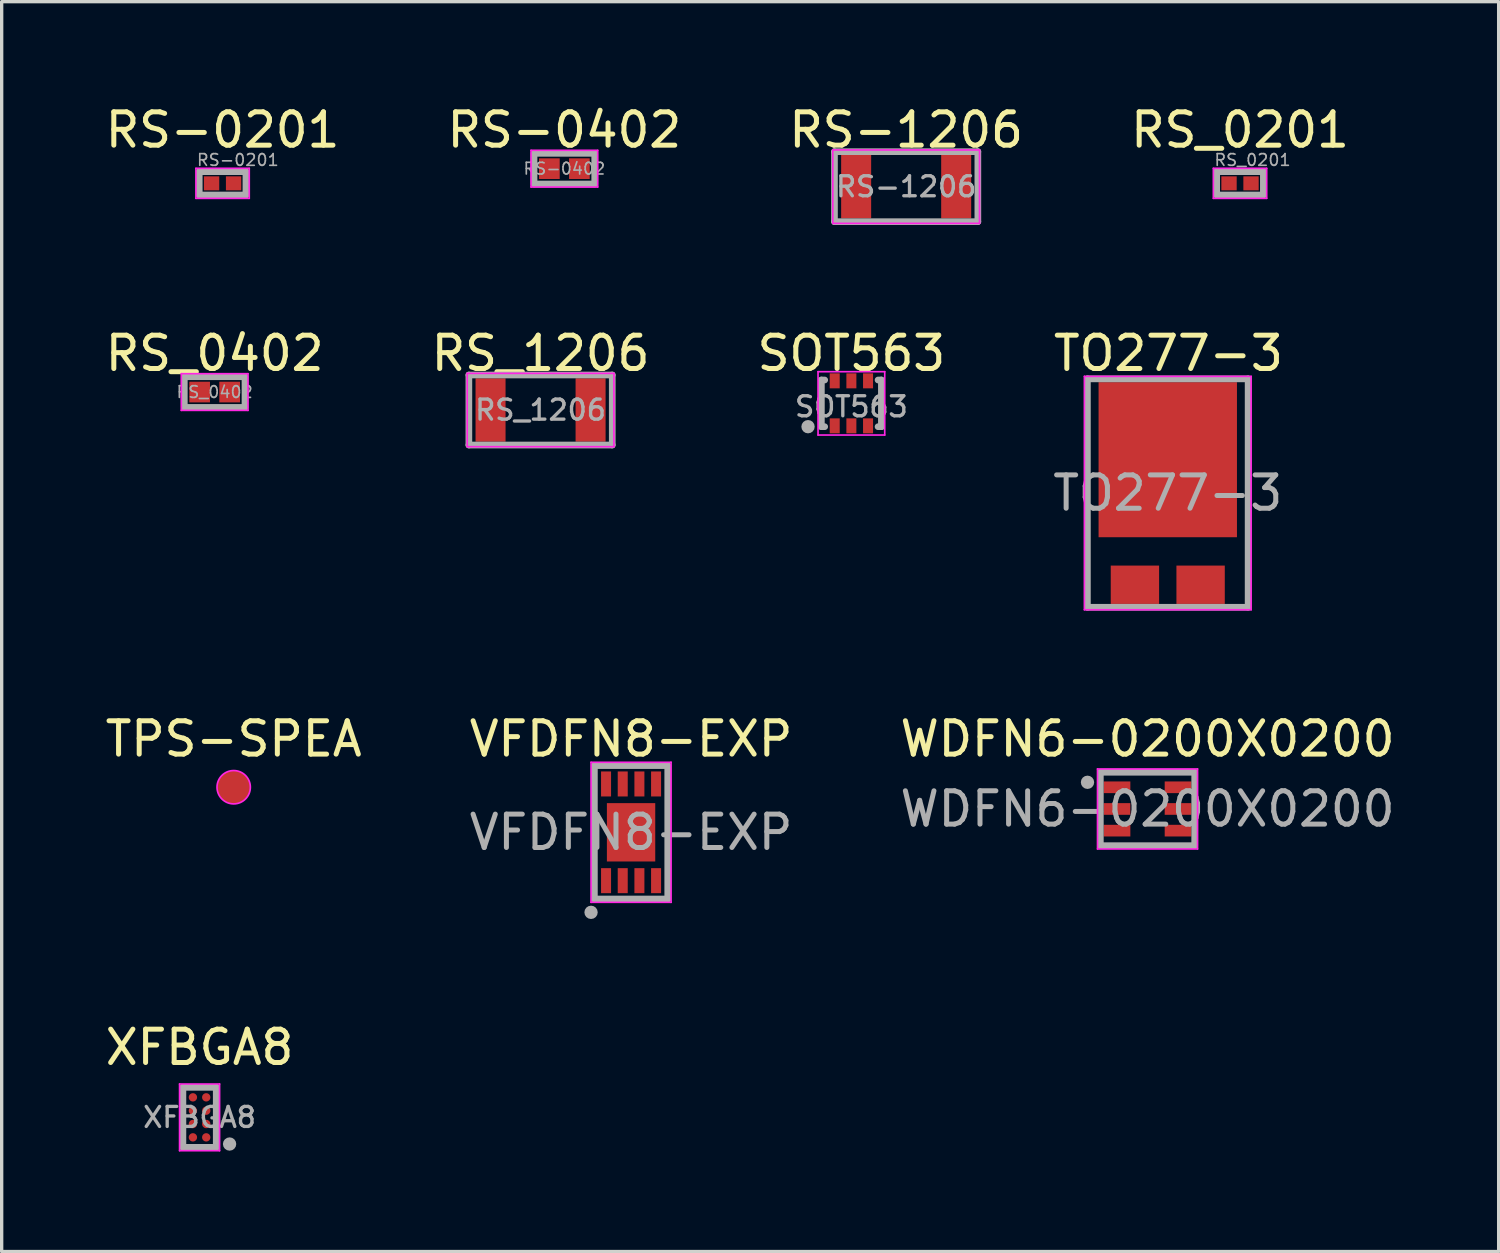
<source format=kicad_pcb>
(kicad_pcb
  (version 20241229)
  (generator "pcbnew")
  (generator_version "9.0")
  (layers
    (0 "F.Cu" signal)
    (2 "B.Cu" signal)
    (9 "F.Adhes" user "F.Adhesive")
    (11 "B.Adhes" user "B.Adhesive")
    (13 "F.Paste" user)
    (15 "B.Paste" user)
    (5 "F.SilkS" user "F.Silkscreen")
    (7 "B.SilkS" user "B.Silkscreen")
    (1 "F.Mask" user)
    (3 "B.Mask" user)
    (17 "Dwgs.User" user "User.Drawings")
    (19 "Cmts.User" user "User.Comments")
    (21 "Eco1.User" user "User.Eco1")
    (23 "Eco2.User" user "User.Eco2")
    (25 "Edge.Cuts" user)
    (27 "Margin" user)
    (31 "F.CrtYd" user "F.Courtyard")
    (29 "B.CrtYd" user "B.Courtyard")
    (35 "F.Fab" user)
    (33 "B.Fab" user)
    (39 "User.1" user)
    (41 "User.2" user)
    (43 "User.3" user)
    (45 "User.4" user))
  (footprint "RS-1206"
    (layer "F.Cu")
    (at 24.125 2.548)
    (property "Reference" "RS-1206" (at 0 -1.7 0) (layer "F.SilkS") (effects (font (size 1 1) (thickness 0.15))))
    (attr smd)
    (fp_line (start -2.2 -1.1) (end 2.2 -1.1) (stroke (width 0.05) (type solid)) (layer "F.CrtYd"))
    (fp_line (start -2.2 1.1) (end -2.2 -1.1) (stroke (width 0.05) (type solid)) (layer "F.CrtYd"))
    (fp_line (start 2.2 -1.1) (end 2.2 1.1) (stroke (width 0.05) (type solid)) (layer "F.CrtYd"))
    (fp_line (start 2.2 1.1) (end -2.2 1.1) (stroke (width 0.05) (type solid)) (layer "F.CrtYd"))
    (fp_line (start -2.15 -1.05) (end 2.15 -1.05) (stroke (width 0.2) (type solid)) (layer "F.Fab"))
    (fp_line (start -2.15 1.05) (end -2.15 -1.05) (stroke (width 0.2) (type solid)) (layer "F.Fab"))
    (fp_line (start 2.15 -1.05) (end 2.15 1.05) (stroke (width 0.2) (type solid)) (layer "F.Fab"))
    (fp_line (start 2.15 1.05) (end -2.15 1.05) (stroke (width 0.2) (type solid)) (layer "F.Fab"))
    (fp_text user "${REFERENCE}" (at 0 0 0) (layer "F.Fab") (effects (font (size 0.6 0.6) (thickness 0.1) (bold yes))))
    (pad "1" smd rect (at -1.5 0) (size 0.9 1.9) (layers "F.Cu" "F.Mask" "F.Paste"))
    (pad "2" smd rect (at 1.5 0) (size 0.9 1.9) (layers "F.Cu" "F.Mask" "F.Paste")))
  (footprint "TO277-3"
    (layer "F.Cu")
    (at 31.97 11.736)
    (property "Reference" "TO277-3" (at 0.02 -4.19 180) (layer "F.SilkS") (effects (font (size 1 1) (thickness 0.15))))
    (attr smd)
    (fp_line (start -2.5 -3.5) (end -2.5 3.5) (stroke (width 0.05) (type solid)) (layer "F.CrtYd"))
    (fp_line (start -2.5 -3.5) (end 2.5 -3.5) (stroke (width 0.05) (type solid)) (layer "F.CrtYd"))
    (fp_line (start 2.5 3.5) (end -2.5 3.5) (stroke (width 0.05) (type solid)) (layer "F.CrtYd"))
    (fp_line (start 2.5 3.5) (end 2.5 -3.5) (stroke (width 0.05) (type solid)) (layer "F.CrtYd"))
    (fp_line (start -2.41 -3.425) (end -2.41 3.425) (stroke (width 0.2) (type solid)) (layer "F.Fab"))
    (fp_line (start 2.41 -3.425) (end -2.41 -3.425) (stroke (width 0.2) (type solid)) (layer "F.Fab"))
    (fp_line (start 2.41 3.425) (end -2.41 3.425) (stroke (width 0.2) (type solid)) (layer "F.Fab"))
    (fp_line (start 2.41 3.425) (end 2.41 -3.425) (stroke (width 0.2) (type solid)) (layer "F.Fab"))
    (fp_text user "${REFERENCE}" (at 0 0 0) (layer "F.Fab") (effects (font (size 1 1) (thickness 0.15))))
    (pad "" smd rect (at -1.175 -2.325 180) (size 1.8 2) (layers "F.Paste"))
    (pad "" smd rect (at -1.175 0.325 180) (size 1.8 2) (layers "F.Paste"))
    (pad "" smd rect (at 1.175 -2.325 180) (size 1.8 2) (layers "F.Paste"))
    (pad "" smd rect (at 1.175 0.325 180) (size 1.8 2) (layers "F.Paste"))
    (pad "1" smd rect (at 0.985 2.75 180) (size 1.45 1.15) (layers "F.Cu" "F.Mask" "F.Paste"))
    (pad "2" smd rect (at -0.985 2.75 180) (size 1.45 1.15) (layers "F.Cu" "F.Mask" "F.Paste"))
    (pad "3" smd rect (at 0 -1 180) (size 4.15 4.65) (layers "F.Cu" "F.Mask")))
  (footprint "RS_0201"
    (layer "F.Cu")
    (at 34.137 2.448)
    (property "Reference" "RS_0201" (at 0 -1.6 0) (layer "F.SilkS") (effects (font (size 1 1) (thickness 0.15))))
    (attr smd)
    (fp_line (start -0.8 -0.45) (end 0.8 -0.45) (stroke (width 0.05) (type solid)) (layer "F.CrtYd"))
    (fp_line (start -0.8 0.45) (end -0.8 -0.45) (stroke (width 0.05) (type solid)) (layer "F.CrtYd"))
    (fp_line (start 0.8 -0.45) (end 0.8 0.45) (stroke (width 0.05) (type solid)) (layer "F.CrtYd"))
    (fp_line (start 0.8 0.45) (end -0.8 0.45) (stroke (width 0.05) (type solid)) (layer "F.CrtYd"))
    (fp_line (start -0.7 -0.35) (end 0.7 -0.35) (stroke (width 0.2) (type solid)) (layer "F.Fab"))
    (fp_line (start -0.7 0.35) (end -0.7 -0.35) (stroke (width 0.2) (type solid)) (layer "F.Fab"))
    (fp_line (start 0.7 -0.35) (end 0.7 0.35) (stroke (width 0.2) (type solid)) (layer "F.Fab"))
    (fp_line (start 0.7 0.35) (end -0.7 0.35) (stroke (width 0.2) (type solid)) (layer "F.Fab"))
    (fp_text user "${REFERENCE}" (at -0.8 -0.7 0) (layer "F.Fab") (effects (font (size 0.35 0.35) (thickness 0.05)) (justify left)))
    (pad "1" smd rect (at -0.33 0) (size 0.46 0.42) (layers "F.Cu" "F.Mask" "F.Paste"))
    (pad "2" smd rect (at 0.33 0) (size 0.46 0.42) (layers "F.Cu" "F.Mask" "F.Paste")))
  (footprint "XFBGA8"
    (layer "F.Cu")
    (at 2.935 30.458)
    (property "Reference" "XFBGA8" (at 0 -2.1 180) (layer "F.SilkS") (effects (font (size 1 1) (thickness 0.15))))
    (attr smd)
    (fp_line (start -0.6 -1) (end -0.6 1) (stroke (width 0.05) (type solid)) (layer "F.CrtYd"))
    (fp_line (start -0.6 -1) (end 0.6 -1) (stroke (width 0.05) (type solid)) (layer "F.CrtYd"))
    (fp_line (start 0.6 1) (end -0.6 1) (stroke (width 0.05) (type solid)) (layer "F.CrtYd"))
    (fp_line (start 0.6 1) (end 0.6 -1) (stroke (width 0.05) (type solid)) (layer "F.CrtYd"))
    (fp_line (start -0.5 -0.9) (end -0.5 0.9) (stroke (width 0.2) (type solid)) (layer "F.Fab"))
    (fp_line (start 0.5 -0.9) (end -0.5 -0.9) (stroke (width 0.2) (type solid)) (layer "F.Fab"))
    (fp_line (start 0.5 0.9) (end -0.5 0.9) (stroke (width 0.2) (type solid)) (layer "F.Fab"))
    (fp_line (start 0.5 0.9) (end 0.5 -0.9) (stroke (width 0.2) (type solid)) (layer "F.Fab"))
    (fp_circle (center 0.9 0.8) (end 1 0.8) (stroke (width 0.2) (type solid)) (fill no) (layer "F.Fab"))
    (fp_text user "${REFERENCE}" (at 0 0 0) (layer "F.Fab") (effects (font (size 0.6 0.6) (thickness 0.1) (bold yes))))
    (pad "A1" smd circle (at 0.2 0.6) (size 0.25 0.25) (layers "F.Cu" "F.Mask" "F.Paste"))
    (pad "A2" smd circle (at -0.2 0.6) (size 0.25 0.25) (layers "F.Cu" "F.Mask" "F.Paste"))
    (pad "B1" smd circle (at 0.2 0.2) (size 0.25 0.25) (layers "F.Cu" "F.Mask" "F.Paste"))
    (pad "B2" smd circle (at -0.2 0.2) (size 0.25 0.25) (layers "F.Cu" "F.Mask" "F.Paste"))
    (pad "C1" smd circle (at 0.2 -0.2) (size 0.25 0.25) (layers "F.Cu" "F.Mask" "F.Paste"))
    (pad "C2" smd circle (at -0.2 -0.2) (size 0.25 0.25) (layers "F.Cu" "F.Mask" "F.Paste"))
    (pad "D1" smd circle (at 0.2 -0.6) (size 0.25 0.25) (layers "F.Cu" "F.Mask" "F.Paste"))
    (pad "D2" smd circle (at -0.2 -0.6) (size 0.25 0.25) (layers "F.Cu" "F.Mask" "F.Paste")))
  (footprint "SOT563"
    (layer "F.Cu")
    (at 22.482 9.046)
    (property "Reference" "SOT563" (at 0 -1.5 0) (layer "F.SilkS") (effects (font (size 1 1) (thickness 0.15))))
    (attr smd)
    (fp_line (start -1 -0.95) (end 1 -0.95) (stroke (width 0.05) (type solid)) (layer "F.CrtYd"))
    (fp_line (start -1 0.95) (end -1 -0.95) (stroke (width 0.05) (type solid)) (layer "F.CrtYd"))
    (fp_line (start 1 -0.95) (end 1 0.95) (stroke (width 0.05) (type solid)) (layer "F.CrtYd"))
    (fp_line (start 1 0.95) (end -1 0.95) (stroke (width 0.05) (type solid)) (layer "F.CrtYd"))
    (fp_line (start -0.9 0.7) (end -0.9 -0.7) (stroke (width 0.2) (type solid)) (layer "F.Fab"))
    (fp_line (start -0.8 -0.7) (end -0.9 -0.7) (stroke (width 0.2) (type solid)) (layer "F.Fab"))
    (fp_line (start -0.8 0.7) (end -0.9 0.7) (stroke (width 0.2) (type solid)) (layer "F.Fab"))
    (fp_line (start 0.9 -0.7) (end 0.8 -0.7) (stroke (width 0.2) (type solid)) (layer "F.Fab"))
    (fp_line (start 0.9 -0.7) (end 0.9 0.7) (stroke (width 0.2) (type solid)) (layer "F.Fab"))
    (fp_line (start 0.9 0.7) (end 0.8 0.7) (stroke (width 0.2) (type solid)) (layer "F.Fab"))
    (fp_circle (center -1.3 0.7) (end -1.2 0.7) (stroke (width 0.2) (type solid)) (fill no) (layer "F.Fab"))
    (fp_text user "${REFERENCE}" (at 0 0.1 0) (layer "F.Fab") (effects (font (size 0.6 0.6) (thickness 0.1) (bold yes))))
    (pad "1" smd rect (at -0.5 0.675) (size 0.3 0.45) (layers "F.Cu" "F.Mask" "F.Paste"))
    (pad "2" smd rect (at 0 0.675) (size 0.3 0.45) (layers "F.Cu" "F.Mask" "F.Paste"))
    (pad "3" smd rect (at 0.5 0.675) (size 0.3 0.45) (layers "F.Cu" "F.Mask" "F.Paste"))
    (pad "4" smd rect (at 0.5 -0.675) (size 0.3 0.45) (layers "F.Cu" "F.Mask" "F.Paste"))
    (pad "5" smd rect (at 0 -0.675) (size 0.3 0.45) (layers "F.Cu" "F.Mask" "F.Paste"))
    (pad "6" smd rect (at -0.5 -0.675) (size 0.3 0.45) (layers "F.Cu" "F.Mask" "F.Paste")))
  (footprint "VFDFN8-EXP"
    (layer "F.Cu")
    (at 15.875 21.91)
    (property "Reference" "VFDFN8-EXP" (at 0 -2.8 180) (layer "F.SilkS") (effects (font (size 1 1) (thickness 0.15))))
    (attr smd)
    (fp_line (start -1.2 -2.1) (end -1.2 2.1) (stroke (width 0.05) (type solid)) (layer "F.CrtYd"))
    (fp_line (start -1.2 -2.1) (end 1.2 -2.1) (stroke (width 0.05) (type solid)) (layer "F.CrtYd"))
    (fp_line (start 1.2 2.1) (end -1.2 2.1) (stroke (width 0.05) (type solid)) (layer "F.CrtYd"))
    (fp_line (start 1.2 2.1) (end 1.2 -2.1) (stroke (width 0.05) (type solid)) (layer "F.CrtYd"))
    (fp_line (start -1.1 -2) (end -1.1 2) (stroke (width 0.2) (type solid)) (layer "F.Fab"))
    (fp_line (start 1.1 -2) (end -1.1 -2) (stroke (width 0.2) (type solid)) (layer "F.Fab"))
    (fp_line (start 1.1 2) (end -1.1 2) (stroke (width 0.2) (type solid)) (layer "F.Fab"))
    (fp_line (start 1.1 2) (end 1.1 -2) (stroke (width 0.2) (type solid)) (layer "F.Fab"))
    (fp_circle (center -1.2 2.4) (end -1.1 2.4) (stroke (width 0.2) (type solid)) (fill no) (layer "F.Fab"))
    (fp_text user "${REFERENCE}" (at 0 0 0) (layer "F.Fab") (effects (font (size 1 1) (thickness 0.15))))
    (pad "" smd rect (at -0.45 -0.525 180) (size 0.55 0.7) (layers "F.Paste"))
    (pad "" smd rect (at -0.45 0.525 180) (size 0.55 0.7) (layers "F.Paste"))
    (pad "" smd rect (at 0.45 -0.525 180) (size 0.55 0.7) (layers "F.Paste"))
    (pad "" smd rect (at 0.45 0.525 180) (size 0.55 0.7) (layers "F.Paste"))
    (pad "1" smd rect (at -0.75 1.45 180) (size 0.3 0.75) (layers "F.Cu" "F.Mask" "F.Paste"))
    (pad "2" smd rect (at -0.25 1.45 180) (size 0.3 0.75) (layers "F.Cu" "F.Mask" "F.Paste"))
    (pad "3" smd rect (at 0.25 1.45 180) (size 0.3 0.75) (layers "F.Cu" "F.Mask" "F.Paste"))
    (pad "4" smd rect (at 0.75 1.45 180) (size 0.3 0.75) (layers "F.Cu" "F.Mask" "F.Paste"))
    (pad "5" smd rect (at 0.75 -1.45 180) (size 0.3 0.75) (layers "F.Cu" "F.Mask" "F.Paste"))
    (pad "6" smd rect (at 0.25 -1.45 180) (size 0.3 0.75) (layers "F.Cu" "F.Mask" "F.Paste"))
    (pad "7" smd rect (at -0.25 -1.45 180) (size 0.3 0.75) (layers "F.Cu" "F.Mask" "F.Paste"))
    (pad "8" smd rect (at -0.75 -1.45 180) (size 0.3 0.75) (layers "F.Cu" "F.Mask" "F.Paste"))
    (pad "9" smd rect (at 0 0) (size 1.45 1.75) (layers "F.Cu" "F.Mask")))
  (footprint "RS_1206"
    (layer "F.Cu")
    (at 13.161 9.246)
    (property "Reference" "RS_1206" (at 0 -1.7 0) (layer "F.SilkS") (effects (font (size 1 1) (thickness 0.15))))
    (attr smd)
    (fp_line (start -2.2 -1.1) (end 2.2 -1.1) (stroke (width 0.05) (type solid)) (layer "F.CrtYd"))
    (fp_line (start -2.2 1.1) (end -2.2 -1.1) (stroke (width 0.05) (type solid)) (layer "F.CrtYd"))
    (fp_line (start 2.2 -1.1) (end 2.2 1.1) (stroke (width 0.05) (type solid)) (layer "F.CrtYd"))
    (fp_line (start 2.2 1.1) (end -2.2 1.1) (stroke (width 0.05) (type solid)) (layer "F.CrtYd"))
    (fp_line (start -2.15 -1.05) (end 2.15 -1.05) (stroke (width 0.2) (type solid)) (layer "F.Fab"))
    (fp_line (start -2.15 1.05) (end -2.15 -1.05) (stroke (width 0.2) (type solid)) (layer "F.Fab"))
    (fp_line (start 2.15 -1.05) (end 2.15 1.05) (stroke (width 0.2) (type solid)) (layer "F.Fab"))
    (fp_line (start 2.15 1.05) (end -2.15 1.05) (stroke (width 0.2) (type solid)) (layer "F.Fab"))
    (fp_text user "${REFERENCE}" (at 0 0 0) (layer "F.Fab") (effects (font (size 0.6 0.6) (thickness 0.1) (bold yes))))
    (pad "1" smd rect (at -1.5 0) (size 0.9 1.9) (layers "F.Cu" "F.Mask" "F.Paste"))
    (pad "2" smd rect (at 1.5 0) (size 0.9 1.9) (layers "F.Cu" "F.Mask" "F.Paste")))
  (footprint "RS-0402"
    (layer "F.Cu")
    (at 13.875 2.008)
    (property "Reference" "RS-0402" (at 0 -1.16 0) (layer "F.SilkS") (effects (font (size 1 1) (thickness 0.15))))
    (attr smd)
    (fp_line (start -1 -0.55) (end 1 -0.55) (stroke (width 0.05) (type solid)) (layer "F.CrtYd"))
    (fp_line (start -1 0.55) (end -1 -0.55) (stroke (width 0.05) (type solid)) (layer "F.CrtYd"))
    (fp_line (start 1 -0.55) (end 1 0.55) (stroke (width 0.05) (type solid)) (layer "F.CrtYd"))
    (fp_line (start 1 0.55) (end -1 0.55) (stroke (width 0.05) (type solid)) (layer "F.CrtYd"))
    (fp_line (start -0.91 0.46) (end -0.91 -0.46) (stroke (width 0.2) (type solid)) (layer "F.Fab"))
    (fp_line (start -0.9 -0.46) (end 0.9 -0.46) (stroke (width 0.2) (type solid)) (layer "F.Fab"))
    (fp_line (start 0.9 0.46) (end -0.9 0.46) (stroke (width 0.2) (type solid)) (layer "F.Fab"))
    (fp_line (start 0.91 -0.46) (end 0.91 0.46) (stroke (width 0.2) (type solid)) (layer "F.Fab"))
    (fp_text user "${REFERENCE}" (at 0 0 0) (layer "F.Fab") (effects (font (size 0.35 0.35) (thickness 0.05))))
    (pad "1" smd rect (at -0.45 0) (size 0.62 0.62) (layers "F.Cu" "F.Mask" "F.Paste"))
    (pad "2" smd rect (at 0.45 0) (size 0.62 0.62) (layers "F.Cu" "F.Mask" "F.Paste"))
    (zone (net_name "") (layer "F.Cu") (hatch edge 0.5) (connect_pads) (min_thickness 0.25) (filled_areas_thickness no) (keepout (tracks allowed) (vias allowed) (pads allowed) (copperpour not_allowed) (footprints allowed)) (placement (enabled no)) (fill) (polygon (pts (xy 13.005 1.568) (xy 14.765 1.568) (xy 14.765 2.428) (xy 13.005 2.428)))))
  (footprint "TPS-SPEA"
    (layer "F.Cu")
    (at 3.958 20.558)
    (property "Reference" "TPS-SPEA" (at 0 -1.448 0) (layer "F.SilkS") (effects (font (size 1 1) (thickness 0.15))))
    (attr exclude_from_pos_files exclude_from_bom)
    (fp_circle (center 0 0) (end 0.5 0) (stroke (width 0.05) (type solid)) (fill no) (layer "F.CrtYd"))
    (pad "1" smd circle (at 0 0) (size 1 1) (layers "F.Cu" "F.Mask")))
  (footprint "RS-0201"
    (layer "F.Cu")
    (at 3.625 2.448)
    (property "Reference" "RS-0201" (at 0 -1.6 0) (layer "F.SilkS") (effects (font (size 1 1) (thickness 0.15))))
    (attr smd)
    (fp_line (start -0.8 -0.45) (end 0.8 -0.45) (stroke (width 0.05) (type solid)) (layer "F.CrtYd"))
    (fp_line (start -0.8 0.45) (end -0.8 -0.45) (stroke (width 0.05) (type solid)) (layer "F.CrtYd"))
    (fp_line (start 0.8 -0.45) (end 0.8 0.45) (stroke (width 0.05) (type solid)) (layer "F.CrtYd"))
    (fp_line (start 0.8 0.45) (end -0.8 0.45) (stroke (width 0.05) (type solid)) (layer "F.CrtYd"))
    (fp_line (start -0.7 -0.35) (end 0.7 -0.35) (stroke (width 0.2) (type solid)) (layer "F.Fab"))
    (fp_line (start -0.7 0.35) (end -0.7 -0.35) (stroke (width 0.2) (type solid)) (layer "F.Fab"))
    (fp_line (start 0.7 -0.35) (end 0.7 0.35) (stroke (width 0.2) (type solid)) (layer "F.Fab"))
    (fp_line (start 0.7 0.35) (end -0.7 0.35) (stroke (width 0.2) (type solid)) (layer "F.Fab"))
    (fp_text user "${REFERENCE}" (at -0.8 -0.7 0) (layer "F.Fab") (effects (font (size 0.35 0.35) (thickness 0.05)) (justify left)))
    (pad "1" smd rect (at -0.33 0) (size 0.46 0.42) (layers "F.Cu" "F.Mask" "F.Paste"))
    (pad "2" smd rect (at 0.33 0) (size 0.46 0.42) (layers "F.Cu" "F.Mask" "F.Paste"))
    (zone (net_name "") (layer "F.Cu") (hatch edge 0.5) (connect_pads) (min_thickness 0.25) (filled_areas_thickness no) (keepout (tracks allowed) (vias allowed) (pads allowed) (copperpour not_allowed) (footprints allowed)) (placement (enabled no)) (fill) (polygon (pts (xy 2.955 2.128) (xy 4.295 2.128) (xy 4.295 2.768) (xy 2.955 2.768)))))
  (footprint "RS_0402"
    (layer "F.Cu")
    (at 3.387 8.707)
    (property "Reference" "RS_0402" (at 0 -1.16 0) (layer "F.SilkS") (effects (font (size 1 1) (thickness 0.15))))
    (attr smd)
    (fp_line (start -1 -0.55) (end 1 -0.55) (stroke (width 0.05) (type solid)) (layer "F.CrtYd"))
    (fp_line (start -1 0.55) (end -1 -0.55) (stroke (width 0.05) (type solid)) (layer "F.CrtYd"))
    (fp_line (start 1 -0.55) (end 1 0.55) (stroke (width 0.05) (type solid)) (layer "F.CrtYd"))
    (fp_line (start 1 0.55) (end -1 0.55) (stroke (width 0.05) (type solid)) (layer "F.CrtYd"))
    (fp_line (start -0.91 0.46) (end -0.91 -0.46) (stroke (width 0.2) (type solid)) (layer "F.Fab"))
    (fp_line (start -0.9 -0.46) (end 0.9 -0.46) (stroke (width 0.2) (type solid)) (layer "F.Fab"))
    (fp_line (start 0.9 0.46) (end -0.9 0.46) (stroke (width 0.2) (type solid)) (layer "F.Fab"))
    (fp_line (start 0.91 -0.46) (end 0.91 0.46) (stroke (width 0.2) (type solid)) (layer "F.Fab"))
    (fp_text user "${REFERENCE}" (at 0 0 0) (layer "F.Fab") (effects (font (size 0.35 0.35) (thickness 0.05))))
    (pad "1" smd rect (at -0.45 0) (size 0.62 0.62) (layers "F.Cu" "F.Mask" "F.Paste"))
    (pad "2" smd rect (at 0.45 0) (size 0.62 0.62) (layers "F.Cu" "F.Mask" "F.Paste")))
  (footprint "WDFN6-0200X0200"
    (layer "F.Cu")
    (at 31.363 21.21)
    (property "Reference" "WDFN6-0200X0200" (at 0 -2.1 180) (layer "F.SilkS") (effects (font (size 1 1) (thickness 0.15))))
    (attr smd)
    (fp_line (start -1.5 -1.2) (end -1.5 1.2) (stroke (width 0.05) (type solid)) (layer "F.CrtYd"))
    (fp_line (start -1.5 -1.2) (end 1.5 -1.2) (stroke (width 0.05) (type solid)) (layer "F.CrtYd"))
    (fp_line (start 1.5 1.2) (end -1.5 1.2) (stroke (width 0.05) (type solid)) (layer "F.CrtYd"))
    (fp_line (start 1.5 1.2) (end 1.5 -1.2) (stroke (width 0.05) (type solid)) (layer "F.CrtYd"))
    (fp_line (start -1.415 -1.1) (end -1.415 1.1) (stroke (width 0.2) (type solid)) (layer "F.Fab"))
    (fp_line (start 1.4 -1.1) (end -1.415 -1.1) (stroke (width 0.2) (type solid)) (layer "F.Fab"))
    (fp_line (start 1.4 1.1) (end -1.415 1.1) (stroke (width 0.2) (type solid)) (layer "F.Fab"))
    (fp_line (start 1.415 1.1) (end 1.415 -1.1) (stroke (width 0.2) (type solid)) (layer "F.Fab"))
    (fp_circle (center -1.8 -0.8) (end -1.7 -0.8) (stroke (width 0.2) (type solid)) (fill no) (layer "F.Fab"))
    (fp_text user "${REFERENCE}" (at 0 0 0) (layer "F.Fab") (effects (font (size 1 1) (thickness 0.15))))
    (pad "1" smd rect (at -0.915 -0.65 180) (size 0.8 0.35) (layers "F.Cu" "F.Mask" "F.Paste"))
    (pad "2" smd rect (at -0.915 0 180) (size 0.8 0.35) (layers "F.Cu" "F.Mask" "F.Paste"))
    (pad "3" smd rect (at -0.915 0.65 180) (size 0.8 0.35) (layers "F.Cu" "F.Mask" "F.Paste"))
    (pad "4" smd rect (at 0.915 0.65 180) (size 0.8 0.35) (layers "F.Cu" "F.Mask" "F.Paste"))
    (pad "5" smd rect (at 0.915 0 180) (size 0.8 0.35) (layers "F.Cu" "F.Mask" "F.Paste"))
    (pad "6" smd rect (at 0.915 -0.65 180) (size 0.8 0.35) (layers "F.Cu" "F.Mask" "F.Paste")))
  (gr_rect
    (start -3 -3)
    (end 41.893 34.483)
    (stroke (width 0.1) (type default))
    (fill no)
    (layer "Edge.Cuts")))
</source>
